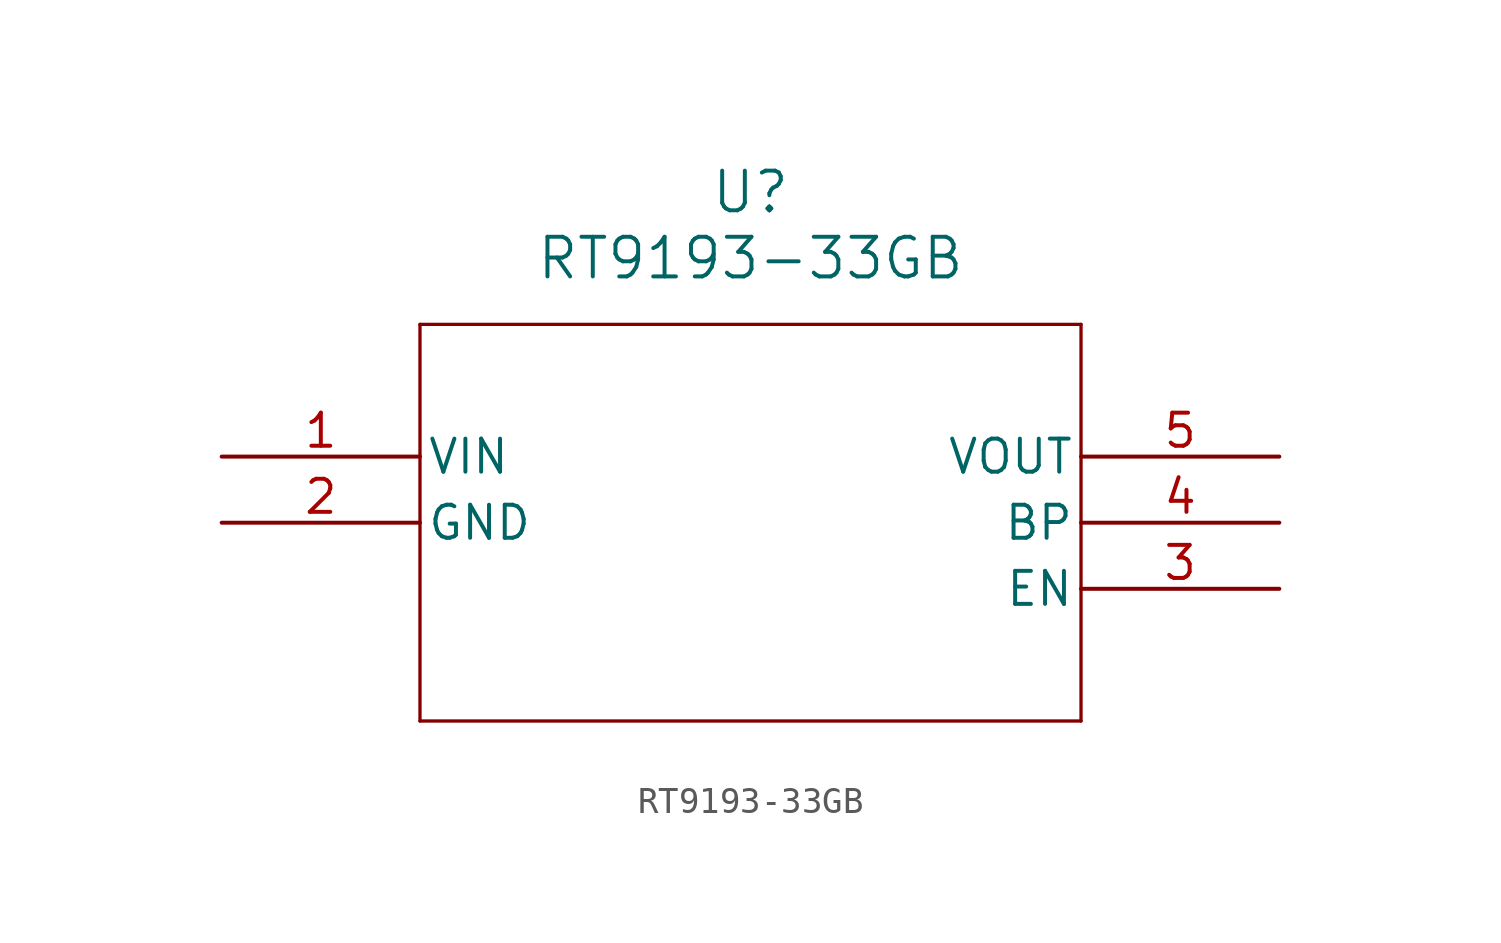
<source format=kicad_sym>
(kicad_symbol_lib
  (version 20211014)
  (generator kicad_symbol_editor)
  (symbol "RT9193-33GB"
    (pin_names
      (offset 0.254))
    (property "Reference" "U"
      (at 20.32 10.16 0)
      (effects (font (size 1.524 1.524))))
    (property "Value" "RT9193-33GB"
      (at 20.32 7.62 0)
      (effects (font (size 1.524 1.524))))
    (symbol "RT9193-33GB_0_1"
      (polyline (pts (xy 7.62 5.08) (xy 7.62 -10.16)) (stroke (width 0.127) (type default) (color 0 0 0 0)) (fill (type none)))
      (polyline (pts (xy 7.62 -10.16) (xy 33.02 -10.16)) (stroke (width 0.127) (type default) (color 0 0 0 0)) (fill (type none)))
      (polyline (pts (xy 33.02 -10.16) (xy 33.02 5.08)) (stroke (width 0.127) (type default) (color 0 0 0 0)) (fill (type none)))
      (polyline (pts (xy 33.02 5.08) (xy 7.62 5.08)) (stroke (width 0.127) (type default) (color 0 0 0 0)) (fill (type none)))
      (pin power_in line (at 0 0 0) (length 7.62) (name "VIN" (effects (font (size 1.27 1.27)))) (number "1" (effects (font (size 1.27 1.27)))))
      (pin power_out line (at 0 -2.54 0) (length 7.62) (name "GND" (effects (font (size 1.27 1.27)))) (number "2" (effects (font (size 1.27 1.27)))))
      (pin unspecified line (at 40.64 -5.08 180) (length 7.62) (name "EN" (effects (font (size 1.27 1.27)))) (number "3" (effects (font (size 1.27 1.27)))))
      (pin unspecified line (at 40.64 -2.54 180) (length 7.62) (name "BP" (effects (font (size 1.27 1.27)))) (number "4" (effects (font (size 1.27 1.27)))))
      (pin output line (at 40.64 0 180) (length 7.62) (name "VOUT" (effects (font (size 1.27 1.27)))) (number "5" (effects (font (size 1.27 1.27))))))))
</source>
